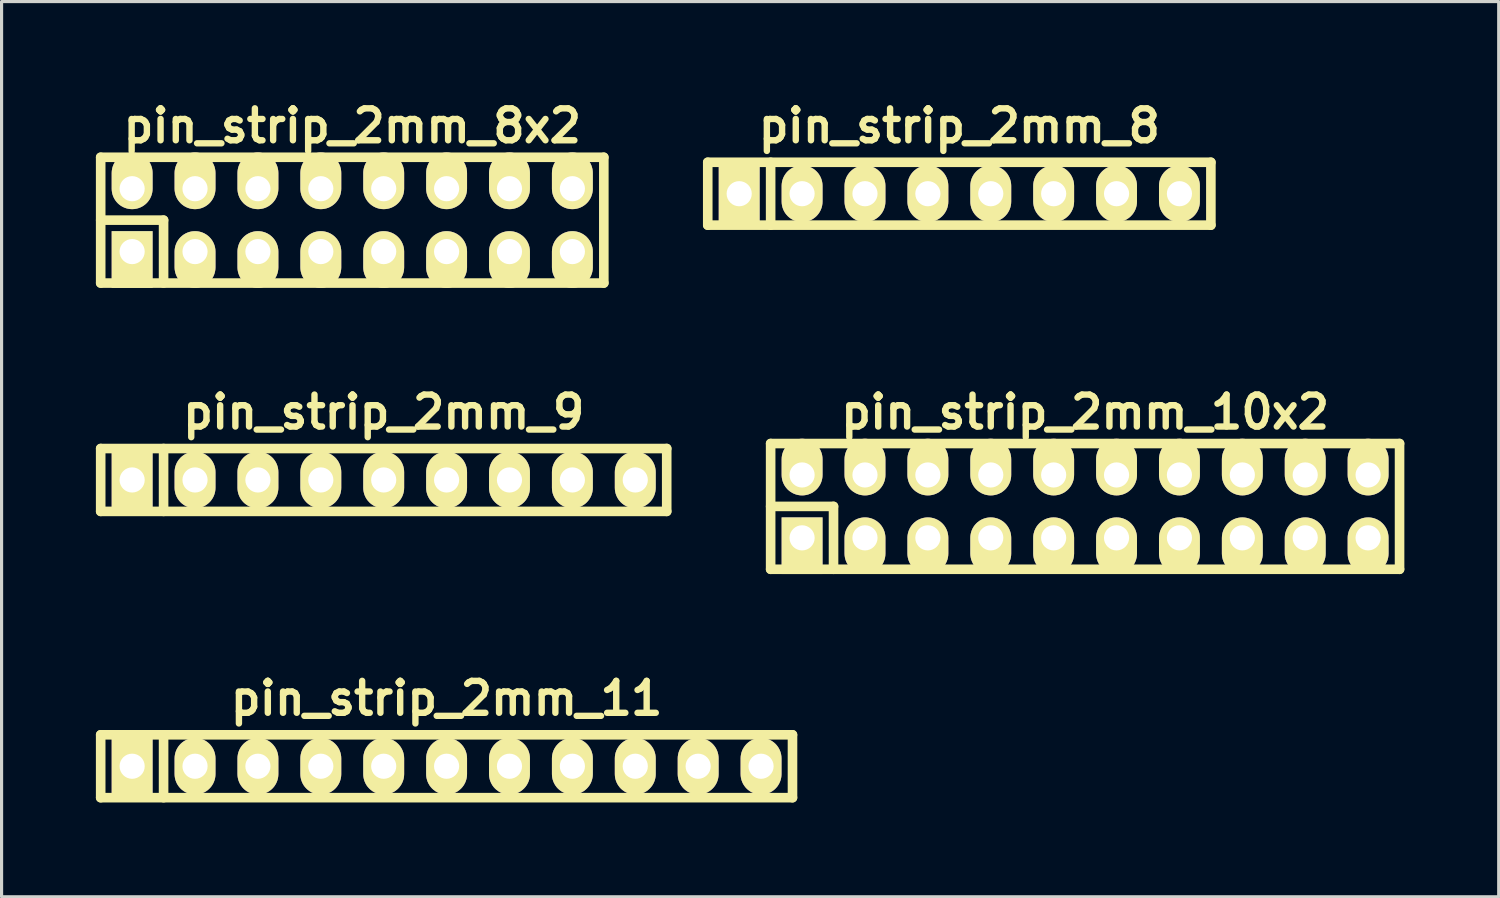
<source format=kicad_pcb>
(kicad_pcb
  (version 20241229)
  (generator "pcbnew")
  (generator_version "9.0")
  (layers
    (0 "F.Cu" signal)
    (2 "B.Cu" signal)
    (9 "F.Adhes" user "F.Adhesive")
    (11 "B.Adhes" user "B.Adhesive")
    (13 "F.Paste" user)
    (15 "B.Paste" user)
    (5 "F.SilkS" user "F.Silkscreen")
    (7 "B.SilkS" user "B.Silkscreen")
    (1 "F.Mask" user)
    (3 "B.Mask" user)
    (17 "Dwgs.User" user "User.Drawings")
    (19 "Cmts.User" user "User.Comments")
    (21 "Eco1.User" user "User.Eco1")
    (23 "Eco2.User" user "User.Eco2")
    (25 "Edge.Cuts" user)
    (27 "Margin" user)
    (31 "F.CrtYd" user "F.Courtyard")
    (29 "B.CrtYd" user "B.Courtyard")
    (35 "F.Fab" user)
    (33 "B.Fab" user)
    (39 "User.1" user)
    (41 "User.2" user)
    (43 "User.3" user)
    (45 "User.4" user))
  (footprint "pin_strip_2mm_9"
    (layer "F.Cu")
    (at 9.152 12.213)
    (property "Reference" "pin_strip_2mm_9" (at 0 -2.159 0) (layer "F.SilkS") (effects (font (size 1.016 1.016) (thickness 0.203))))
    (attr through_hole)
    (fp_line (start -9 -1) (end 9 -1) (stroke (width 0.305) (type solid)) (layer "F.SilkS"))
    (fp_line (start -9 1) (end -9 -1) (stroke (width 0.305) (type solid)) (layer "F.SilkS"))
    (fp_line (start -7 -1) (end -7 1) (stroke (width 0.305) (type solid)) (layer "F.SilkS"))
    (fp_line (start 9 -1) (end 9 1) (stroke (width 0.305) (type solid)) (layer "F.SilkS"))
    (fp_line (start 9 1) (end -9 1) (stroke (width 0.305) (type solid)) (layer "F.SilkS"))
    (pad "1" thru_hole rect (at -8 0) (size 1.3 1.8) (drill 0.8) (layers "*.Cu" "*.Mask" "F.SilkS"))
    (pad "2" thru_hole oval (at -6 0) (size 1.3 1.8) (drill 0.8) (layers "*.Cu" "*.Mask" "F.SilkS"))
    (pad "3" thru_hole oval (at -4 0) (size 1.3 1.8) (drill 0.8) (layers "*.Cu" "*.Mask" "F.SilkS"))
    (pad "4" thru_hole oval (at -2 0) (size 1.3 1.8) (drill 0.8) (layers "*.Cu" "*.Mask" "F.SilkS"))
    (pad "5" thru_hole oval (at 0 0) (size 1.3 1.8) (drill 0.8) (layers "*.Cu" "*.Mask" "F.SilkS"))
    (pad "6" thru_hole oval (at 2 0) (size 1.3 1.8) (drill 0.8) (layers "*.Cu" "*.Mask" "F.SilkS"))
    (pad "7" thru_hole oval (at 4 0) (size 1.3 1.8) (drill 0.8) (layers "*.Cu" "*.Mask" "F.SilkS"))
    (pad "8" thru_hole oval (at 6 0) (size 1.3 1.8) (drill 0.8) (layers "*.Cu" "*.Mask" "F.SilkS"))
    (pad "9" thru_hole oval (at 8 0) (size 1.3 1.8) (drill 0.8) (layers "*.Cu" "*.Mask" "F.SilkS")))
  (footprint "pin_strip_2mm_8"
    (layer "F.Cu")
    (at 27.457 3.11)
    (property "Reference" "pin_strip_2mm_8" (at 0 -2.159 0) (layer "F.SilkS") (effects (font (size 1.016 1.016) (thickness 0.203))))
    (attr through_hole)
    (fp_line (start -8 -1) (end 8 -1) (stroke (width 0.305) (type solid)) (layer "F.SilkS"))
    (fp_line (start -8 1) (end -8 -1) (stroke (width 0.305) (type solid)) (layer "F.SilkS"))
    (fp_line (start -6 -1) (end -6 1) (stroke (width 0.305) (type solid)) (layer "F.SilkS"))
    (fp_line (start 8 -1) (end 8 1) (stroke (width 0.305) (type solid)) (layer "F.SilkS"))
    (fp_line (start 8 1) (end -8 1) (stroke (width 0.305) (type solid)) (layer "F.SilkS"))
    (pad "1" thru_hole rect (at -7 0) (size 1.3 1.8) (drill 0.8) (layers "*.Cu" "*.Mask" "F.SilkS"))
    (pad "2" thru_hole oval (at -5 0) (size 1.3 1.8) (drill 0.8) (layers "*.Cu" "*.Mask" "F.SilkS"))
    (pad "3" thru_hole oval (at -3 0) (size 1.3 1.8) (drill 0.8) (layers "*.Cu" "*.Mask" "F.SilkS"))
    (pad "4" thru_hole oval (at -1 0) (size 1.3 1.8) (drill 0.8) (layers "*.Cu" "*.Mask" "F.SilkS"))
    (pad "5" thru_hole oval (at 1 0) (size 1.3 1.8) (drill 0.8) (layers "*.Cu" "*.Mask" "F.SilkS"))
    (pad "6" thru_hole oval (at 3 0) (size 1.3 1.8) (drill 0.8) (layers "*.Cu" "*.Mask" "F.SilkS"))
    (pad "7" thru_hole oval (at 5 0) (size 1.3 1.8) (drill 0.8) (layers "*.Cu" "*.Mask" "F.SilkS"))
    (pad "8" thru_hole oval (at 7 0) (size 1.3 1.8) (drill 0.8) (layers "*.Cu" "*.Mask" "F.SilkS")))
  (footprint "pin_strip_2mm_8x2"
    (layer "F.Cu")
    (at 8.152 3.951)
    (property "Reference" "pin_strip_2mm_8x2" (at 0 -3 0) (layer "F.SilkS") (effects (font (size 1.016 1.016) (thickness 0.203))))
    (attr through_hole)
    (fp_line (start -8 -2) (end 8 -2) (stroke (width 0.305) (type solid)) (layer "F.SilkS"))
    (fp_line (start -8 0) (end -6 0) (stroke (width 0.305) (type solid)) (layer "F.SilkS"))
    (fp_line (start -8 2) (end -8 -2) (stroke (width 0.305) (type solid)) (layer "F.SilkS"))
    (fp_line (start -6 0) (end -6 2) (stroke (width 0.305) (type solid)) (layer "F.SilkS"))
    (fp_line (start 8 -2) (end 8 2) (stroke (width 0.305) (type solid)) (layer "F.SilkS"))
    (fp_line (start 8 2) (end -8 2) (stroke (width 0.305) (type solid)) (layer "F.SilkS"))
    (pad "1" thru_hole rect (at -7 1) (size 1.3 1.8) (drill 0.8 (offset 0 0.25)) (layers "*.Cu" "*.Mask" "F.SilkS"))
    (pad "2" thru_hole oval (at -7 -1) (size 1.3 1.8) (drill 0.8 (offset 0 -0.25)) (layers "*.Cu" "*.Mask" "F.SilkS"))
    (pad "3" thru_hole oval (at -5 1) (size 1.3 1.8) (drill 0.8 (offset 0 0.25)) (layers "*.Cu" "*.Mask" "F.SilkS"))
    (pad "4" thru_hole oval (at -5 -1) (size 1.3 1.8) (drill 0.8 (offset 0 -0.25)) (layers "*.Cu" "*.Mask" "F.SilkS"))
    (pad "5" thru_hole oval (at -3 1) (size 1.3 1.8) (drill 0.8 (offset 0 0.25)) (layers "*.Cu" "*.Mask" "F.SilkS"))
    (pad "6" thru_hole oval (at -3 -1) (size 1.3 1.8) (drill 0.8 (offset 0 -0.25)) (layers "*.Cu" "*.Mask" "F.SilkS"))
    (pad "7" thru_hole oval (at -1 1) (size 1.3 1.8) (drill 0.8 (offset 0 0.25)) (layers "*.Cu" "*.Mask" "F.SilkS"))
    (pad "8" thru_hole oval (at -1 -1) (size 1.3 1.8) (drill 0.8 (offset 0 -0.25)) (layers "*.Cu" "*.Mask" "F.SilkS"))
    (pad "9" thru_hole oval (at 1 1) (size 1.3 1.8) (drill 0.8 (offset 0 0.25)) (layers "*.Cu" "*.Mask" "F.SilkS"))
    (pad "10" thru_hole oval (at 1 -1) (size 1.3 1.8) (drill 0.8 (offset 0 -0.25)) (layers "*.Cu" "*.Mask" "F.SilkS"))
    (pad "11" thru_hole oval (at 3 1) (size 1.3 1.8) (drill 0.8 (offset 0 0.25)) (layers "*.Cu" "*.Mask" "F.SilkS"))
    (pad "12" thru_hole oval (at 3 -1) (size 1.3 1.8) (drill 0.8 (offset 0 -0.25)) (layers "*.Cu" "*.Mask" "F.SilkS"))
    (pad "13" thru_hole oval (at 5 1) (size 1.3 1.8) (drill 0.8 (offset 0 0.25)) (layers "*.Cu" "*.Mask" "F.SilkS"))
    (pad "14" thru_hole oval (at 5 -1) (size 1.3 1.8) (drill 0.8 (offset 0 -0.25)) (layers "*.Cu" "*.Mask" "F.SilkS"))
    (pad "15" thru_hole oval (at 7 1) (size 1.3 1.8) (drill 0.8 (offset 0 0.25)) (layers "*.Cu" "*.Mask" "F.SilkS"))
    (pad "16" thru_hole oval (at 7 -1) (size 1.3 1.8) (drill 0.8 (offset 0 -0.25)) (layers "*.Cu" "*.Mask" "F.SilkS")))
  (footprint "pin_strip_2mm_10x2"
    (layer "F.Cu")
    (at 31.457 13.054)
    (property "Reference" "pin_strip_2mm_10x2" (at 0 -3 0) (layer "F.SilkS") (effects (font (size 1.016 1.016) (thickness 0.203))))
    (attr through_hole)
    (fp_line (start -10 -2) (end 10 -2) (stroke (width 0.305) (type solid)) (layer "F.SilkS"))
    (fp_line (start -10 0) (end -8 0) (stroke (width 0.305) (type solid)) (layer "F.SilkS"))
    (fp_line (start -10 2) (end -10 -2) (stroke (width 0.305) (type solid)) (layer "F.SilkS"))
    (fp_line (start -8 0) (end -8 2) (stroke (width 0.305) (type solid)) (layer "F.SilkS"))
    (fp_line (start 10 -2) (end 10 2) (stroke (width 0.305) (type solid)) (layer "F.SilkS"))
    (fp_line (start 10 2) (end -10 2) (stroke (width 0.305) (type solid)) (layer "F.SilkS"))
    (pad "1" thru_hole rect (at -9 1) (size 1.3 1.8) (drill 0.8 (offset 0 0.25)) (layers "*.Cu" "*.Mask" "F.SilkS"))
    (pad "2" thru_hole oval (at -9 -1) (size 1.3 1.8) (drill 0.8 (offset 0 -0.25)) (layers "*.Cu" "*.Mask" "F.SilkS"))
    (pad "3" thru_hole oval (at -7 1) (size 1.3 1.8) (drill 0.8 (offset 0 0.25)) (layers "*.Cu" "*.Mask" "F.SilkS"))
    (pad "4" thru_hole oval (at -7 -1) (size 1.3 1.8) (drill 0.8 (offset 0 -0.25)) (layers "*.Cu" "*.Mask" "F.SilkS"))
    (pad "5" thru_hole oval (at -5 1) (size 1.3 1.8) (drill 0.8 (offset 0 0.25)) (layers "*.Cu" "*.Mask" "F.SilkS"))
    (pad "6" thru_hole oval (at -5 -1) (size 1.3 1.8) (drill 0.8 (offset 0 -0.25)) (layers "*.Cu" "*.Mask" "F.SilkS"))
    (pad "7" thru_hole oval (at -3 1) (size 1.3 1.8) (drill 0.8 (offset 0 0.25)) (layers "*.Cu" "*.Mask" "F.SilkS"))
    (pad "8" thru_hole oval (at -3 -1) (size 1.3 1.8) (drill 0.8 (offset 0 -0.25)) (layers "*.Cu" "*.Mask" "F.SilkS"))
    (pad "9" thru_hole oval (at -1 1) (size 1.3 1.8) (drill 0.8 (offset 0 0.25)) (layers "*.Cu" "*.Mask" "F.SilkS"))
    (pad "10" thru_hole oval (at -1 -1) (size 1.3 1.8) (drill 0.8 (offset 0 -0.25)) (layers "*.Cu" "*.Mask" "F.SilkS"))
    (pad "11" thru_hole oval (at 1 1) (size 1.3 1.8) (drill 0.8 (offset 0 0.25)) (layers "*.Cu" "*.Mask" "F.SilkS"))
    (pad "12" thru_hole oval (at 1 -1) (size 1.3 1.8) (drill 0.8 (offset 0 -0.25)) (layers "*.Cu" "*.Mask" "F.SilkS"))
    (pad "13" thru_hole oval (at 3 1) (size 1.3 1.8) (drill 0.8 (offset 0 0.25)) (layers "*.Cu" "*.Mask" "F.SilkS"))
    (pad "14" thru_hole oval (at 3 -1) (size 1.3 1.8) (drill 0.8 (offset 0 -0.25)) (layers "*.Cu" "*.Mask" "F.SilkS"))
    (pad "15" thru_hole oval (at 5 1) (size 1.3 1.8) (drill 0.8 (offset 0 0.25)) (layers "*.Cu" "*.Mask" "F.SilkS"))
    (pad "16" thru_hole oval (at 5 -1) (size 1.3 1.8) (drill 0.8 (offset 0 -0.25)) (layers "*.Cu" "*.Mask" "F.SilkS"))
    (pad "17" thru_hole oval (at 7 1) (size 1.3 1.8) (drill 0.8 (offset 0 0.25)) (layers "*.Cu" "*.Mask" "F.SilkS"))
    (pad "18" thru_hole oval (at 7 -1) (size 1.3 1.8) (drill 0.8 (offset 0 -0.25)) (layers "*.Cu" "*.Mask" "F.SilkS"))
    (pad "19" thru_hole oval (at 9 1) (size 1.3 1.8) (drill 0.8 (offset 0 0.25)) (layers "*.Cu" "*.Mask" "F.SilkS"))
    (pad "20" thru_hole oval (at 9 -1) (size 1.3 1.8) (drill 0.8 (offset 0 -0.25)) (layers "*.Cu" "*.Mask" "F.SilkS")))
  (footprint "pin_strip_2mm_11"
    (layer "F.Cu")
    (at 11.152 21.317)
    (property "Reference" "pin_strip_2mm_11" (at 0 -2.159 0) (layer "F.SilkS") (effects (font (size 1.016 1.016) (thickness 0.203))))
    (attr through_hole)
    (fp_line (start -11 -1) (end 11 -1) (stroke (width 0.305) (type solid)) (layer "F.SilkS"))
    (fp_line (start -11 1) (end -11 -1) (stroke (width 0.305) (type solid)) (layer "F.SilkS"))
    (fp_line (start -9 -1) (end -9 1) (stroke (width 0.305) (type solid)) (layer "F.SilkS"))
    (fp_line (start 11 -1) (end 11 1) (stroke (width 0.305) (type solid)) (layer "F.SilkS"))
    (fp_line (start 11 1) (end -11 1) (stroke (width 0.305) (type solid)) (layer "F.SilkS"))
    (pad "1" thru_hole rect (at -10 0) (size 1.3 1.8) (drill 0.8) (layers "*.Cu" "*.Mask" "F.SilkS"))
    (pad "2" thru_hole oval (at -8 0) (size 1.3 1.8) (drill 0.8) (layers "*.Cu" "*.Mask" "F.SilkS"))
    (pad "3" thru_hole oval (at -6 0) (size 1.3 1.8) (drill 0.8) (layers "*.Cu" "*.Mask" "F.SilkS"))
    (pad "4" thru_hole oval (at -4 0) (size 1.3 1.8) (drill 0.8) (layers "*.Cu" "*.Mask" "F.SilkS"))
    (pad "5" thru_hole oval (at -2 0) (size 1.3 1.8) (drill 0.8) (layers "*.Cu" "*.Mask" "F.SilkS"))
    (pad "6" thru_hole oval (at 0 0) (size 1.3 1.8) (drill 0.8) (layers "*.Cu" "*.Mask" "F.SilkS"))
    (pad "7" thru_hole oval (at 2 0) (size 1.3 1.8) (drill 0.8) (layers "*.Cu" "*.Mask" "F.SilkS"))
    (pad "8" thru_hole oval (at 4 0) (size 1.3 1.8) (drill 0.8) (layers "*.Cu" "*.Mask" "F.SilkS"))
    (pad "9" thru_hole oval (at 6 0) (size 1.3 1.8) (drill 0.8) (layers "*.Cu" "*.Mask" "F.SilkS"))
    (pad "10" thru_hole oval (at 8 0) (size 1.3 1.8) (drill 0.8) (layers "*.Cu" "*.Mask" "F.SilkS"))
    (pad "11" thru_hole oval (at 10 0) (size 1.3 1.8) (drill 0.8) (layers "*.Cu" "*.Mask" "F.SilkS")))
  (gr_rect
    (start -3 -3)
    (end 44.61 25.469)
    (stroke (width 0.1) (type default))
    (fill no)
    (layer "Edge.Cuts")))
</source>
